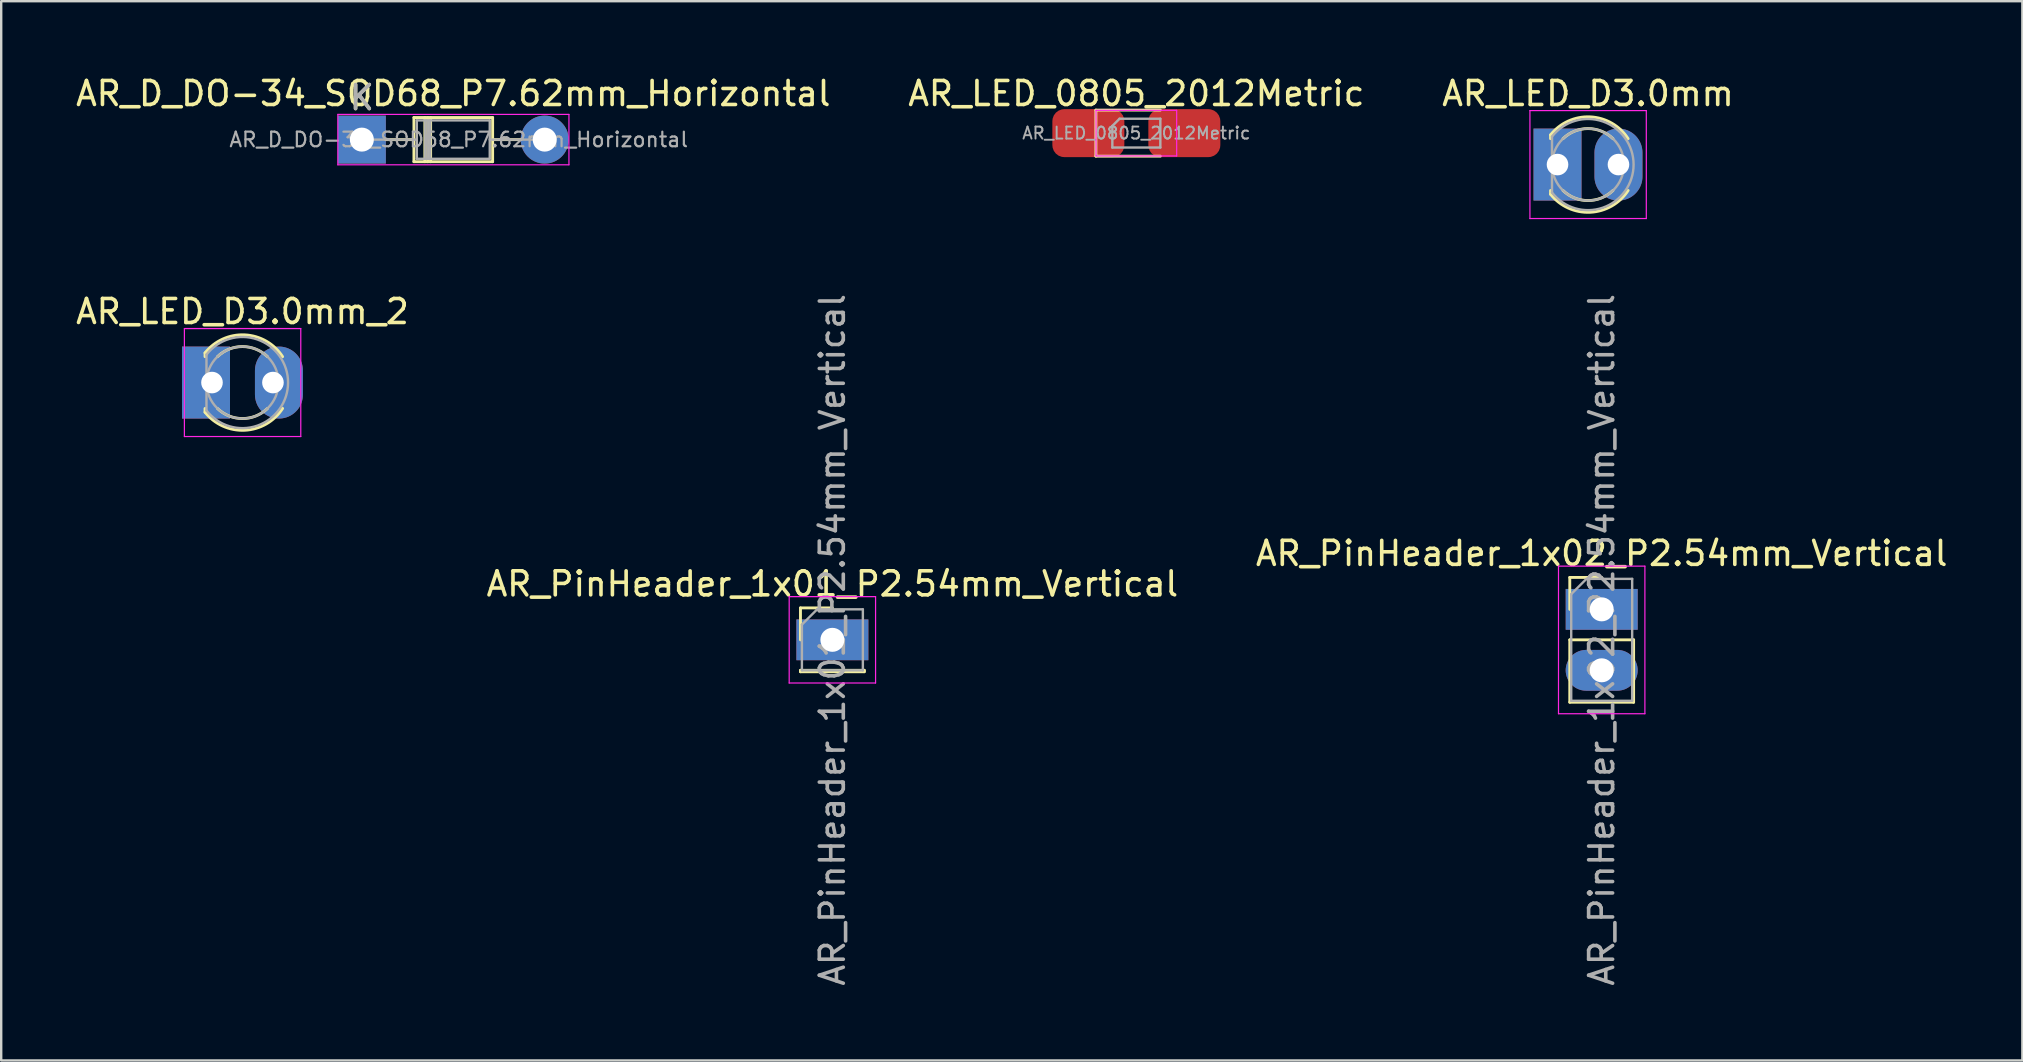
<source format=kicad_pcb>
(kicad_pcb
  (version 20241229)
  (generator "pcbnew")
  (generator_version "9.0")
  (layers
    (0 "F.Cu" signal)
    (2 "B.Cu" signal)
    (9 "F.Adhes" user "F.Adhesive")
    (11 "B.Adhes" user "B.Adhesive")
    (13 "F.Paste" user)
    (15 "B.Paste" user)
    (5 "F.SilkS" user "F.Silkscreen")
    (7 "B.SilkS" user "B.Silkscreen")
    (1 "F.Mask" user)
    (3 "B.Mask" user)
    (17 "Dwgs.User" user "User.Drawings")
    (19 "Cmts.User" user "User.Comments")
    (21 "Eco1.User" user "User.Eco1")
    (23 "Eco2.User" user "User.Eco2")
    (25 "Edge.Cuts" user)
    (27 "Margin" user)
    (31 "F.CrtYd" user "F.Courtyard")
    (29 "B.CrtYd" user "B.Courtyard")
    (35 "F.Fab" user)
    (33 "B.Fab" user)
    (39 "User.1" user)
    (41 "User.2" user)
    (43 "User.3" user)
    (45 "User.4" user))
  (footprint "AR_PinHeader_1x01_P2.54mm_Vertical"
    (layer "F.Cu")
    (at 31.637 23.613)
    (property "Reference" "AR_PinHeader_1x01_P2.54mm_Vertical" (at 0 -2.33 0) (layer "F.SilkS") (effects (font (size 1 1) (thickness 0.15))))
    (attr through_hole)
    (fp_line (start -1.33 -1.33) (end 0 -1.33) (stroke (width 0.12) (type solid)) (layer "F.SilkS"))
    (fp_line (start -1.33 0) (end -1.33 -1.33) (stroke (width 0.12) (type solid)) (layer "F.SilkS"))
    (fp_line (start -1.33 1.27) (end -1.33 1.33) (stroke (width 0.12) (type solid)) (layer "F.SilkS"))
    (fp_line (start -1.33 1.27) (end 1.33 1.27) (stroke (width 0.12) (type solid)) (layer "F.SilkS"))
    (fp_line (start -1.33 1.33) (end 1.33 1.33) (stroke (width 0.12) (type solid)) (layer "F.SilkS"))
    (fp_line (start 1.33 1.27) (end 1.33 1.33) (stroke (width 0.12) (type solid)) (layer "F.SilkS"))
    (fp_line (start -1.8 -1.8) (end -1.8 1.8) (stroke (width 0.05) (type solid)) (layer "F.CrtYd"))
    (fp_line (start -1.8 1.8) (end 1.8 1.8) (stroke (width 0.05) (type solid)) (layer "F.CrtYd"))
    (fp_line (start 1.8 -1.8) (end -1.8 -1.8) (stroke (width 0.05) (type solid)) (layer "F.CrtYd"))
    (fp_line (start 1.8 1.8) (end 1.8 -1.8) (stroke (width 0.05) (type solid)) (layer "F.CrtYd"))
    (fp_line (start -1.27 -0.635) (end -0.635 -1.27) (stroke (width 0.1) (type solid)) (layer "F.Fab"))
    (fp_line (start -1.27 1.27) (end -1.27 -0.635) (stroke (width 0.1) (type solid)) (layer "F.Fab"))
    (fp_line (start -0.635 -1.27) (end 1.27 -1.27) (stroke (width 0.1) (type solid)) (layer "F.Fab"))
    (fp_line (start 1.27 -1.27) (end 1.27 1.27) (stroke (width 0.1) (type solid)) (layer "F.Fab"))
    (fp_line (start 1.27 1.27) (end -1.27 1.27) (stroke (width 0.1) (type solid)) (layer "F.Fab"))
    (fp_text user "${REFERENCE}" (at 0 0 90) (layer "F.Fab") (effects (font (size 1 1) (thickness 0.15))))
    (pad "1" thru_hole rect (at 0 0) (size 3 1.7) (drill 1) (layers "*.Cu" "*.Mask")))
  (footprint "AR_LED_0805_2012Metric"
    (layer "F.Cu")
    (at 44.304 2.498)
    (property "Reference" "AR_LED_0805_2012Metric" (at 0 -1.65 0) (layer "F.SilkS") (effects (font (size 1 1) (thickness 0.15))))
    (attr smd)
    (fp_line (start -1.685 -0.96) (end -1.685 0.96) (stroke (width 0.12) (type solid)) (layer "F.SilkS"))
    (fp_line (start -1.685 0.96) (end 1 0.96) (stroke (width 0.12) (type solid)) (layer "F.SilkS"))
    (fp_line (start 1 -0.96) (end -1.685 -0.96) (stroke (width 0.12) (type solid)) (layer "F.SilkS"))
    (fp_line (start -1.68 -0.95) (end 1.68 -0.95) (stroke (width 0.05) (type solid)) (layer "F.CrtYd"))
    (fp_line (start -1.68 0.95) (end -1.68 -0.95) (stroke (width 0.05) (type solid)) (layer "F.CrtYd"))
    (fp_line (start 1.68 -0.95) (end 1.68 0.95) (stroke (width 0.05) (type solid)) (layer "F.CrtYd"))
    (fp_line (start 1.68 0.95) (end -1.68 0.95) (stroke (width 0.05) (type solid)) (layer "F.CrtYd"))
    (fp_line (start -1 -0.3) (end -1 0.6) (stroke (width 0.1) (type solid)) (layer "F.Fab"))
    (fp_line (start -1 0.6) (end 1 0.6) (stroke (width 0.1) (type solid)) (layer "F.Fab"))
    (fp_line (start -0.7 -0.6) (end -1 -0.3) (stroke (width 0.1) (type solid)) (layer "F.Fab"))
    (fp_line (start 1 -0.6) (end -0.7 -0.6) (stroke (width 0.1) (type solid)) (layer "F.Fab"))
    (fp_line (start 1 0.6) (end 1 -0.6) (stroke (width 0.1) (type solid)) (layer "F.Fab"))
    (fp_text user "${REFERENCE}" (at 0 0 0) (layer "F.Fab") (effects (font (size 0.5 0.5) (thickness 0.08))))
    (pad "1" smd roundrect (at -2 0) (size 3 2) (layers "F.Cu" "F.Mask" "F.Paste") (roundrect_rratio 0.25))
    (pad "2" smd roundrect (at 2 0) (size 3 2) (layers "F.Cu" "F.Mask" "F.Paste") (roundrect_rratio 0.25)))
  (footprint "AR_LED_D3.0mm_2"
    (layer "F.Cu")
    (at 5.784 12.892)
    (property "Reference" "AR_LED_D3.0mm_2" (at 1.27 -2.96 0) (layer "F.SilkS") (effects (font (size 1 1) (thickness 0.15))))
    (attr through_hole)
    (fp_line (start -0.29 -1.236) (end -0.29 -1.08) (stroke (width 0.12) (type solid)) (layer "F.SilkS"))
    (fp_line (start -0.29 1.08) (end -0.29 1.236) (stroke (width 0.12) (type solid)) (layer "F.SilkS"))
    (fp_arc (start -0.29 -1.235516) (mid 1.366487 -1.987659) (end 2.942335 -1.078608) (stroke (width 0.12) (type solid)) (layer "F.SilkS"))
    (fp_arc (start 0.229039 -1.08) (mid 1.270117 -1.5) (end 2.31113 -1.079837) (stroke (width 0.12) (type solid)) (layer "F.SilkS"))
    (fp_arc (start 2.31113 1.079837) (mid 1.270117 1.5) (end 0.229039 1.08) (stroke (width 0.12) (type solid)) (layer "F.SilkS"))
    (fp_arc (start 2.942335 1.078608) (mid 1.366487 1.987659) (end -0.29 1.235516) (stroke (width 0.12) (type solid)) (layer "F.SilkS"))
    (fp_line (start -1.15 -2.25) (end -1.15 2.25) (stroke (width 0.05) (type solid)) (layer "F.CrtYd"))
    (fp_line (start -1.15 2.25) (end 3.7 2.25) (stroke (width 0.05) (type solid)) (layer "F.CrtYd"))
    (fp_line (start 3.7 -2.25) (end -1.15 -2.25) (stroke (width 0.05) (type solid)) (layer "F.CrtYd"))
    (fp_line (start 3.7 2.25) (end 3.7 -2.25) (stroke (width 0.05) (type solid)) (layer "F.CrtYd"))
    (fp_line (start -0.23 -1.166) (end -0.23 1.166) (stroke (width 0.1) (type solid)) (layer "F.Fab"))
    (fp_arc (start -0.23 -1.16619) (mid 3.17 0.000452) (end -0.230555 1.165476) (stroke (width 0.1) (type solid)) (layer "F.Fab"))
    (fp_circle (center 1.27 0) (end 2.77 0) (stroke (width 0.1) (type solid)) (fill no) (layer "F.Fab"))
    (pad "1" thru_hole rect (at 0 0) (size 2 3) (drill 0.9 (offset -0.25 0)) (layers "*.Cu" "*.Mask"))
    (pad "2" thru_hole oval (at 2.54 0) (size 2 3) (drill 0.9 (offset 0.25 0)) (layers "*.Cu" "*.Mask")))
  (footprint "AR_PinHeader_1x02_P2.54mm_Vertical"
    (layer "F.Cu")
    (at 63.696 22.343)
    (property "Reference" "AR_PinHeader_1x02_P2.54mm_Vertical" (at 0 -2.33 0) (layer "F.SilkS") (effects (font (size 1 1) (thickness 0.15))))
    (attr through_hole)
    (fp_line (start -1.33 -1.33) (end 0 -1.33) (stroke (width 0.12) (type solid)) (layer "F.SilkS"))
    (fp_line (start -1.33 0) (end -1.33 -1.33) (stroke (width 0.12) (type solid)) (layer "F.SilkS"))
    (fp_line (start -1.33 1.27) (end -1.33 3.87) (stroke (width 0.12) (type solid)) (layer "F.SilkS"))
    (fp_line (start -1.33 1.27) (end 1.33 1.27) (stroke (width 0.12) (type solid)) (layer "F.SilkS"))
    (fp_line (start -1.33 3.87) (end 1.33 3.87) (stroke (width 0.12) (type solid)) (layer "F.SilkS"))
    (fp_line (start 1.33 1.27) (end 1.33 3.87) (stroke (width 0.12) (type solid)) (layer "F.SilkS"))
    (fp_line (start -1.8 -1.8) (end -1.8 4.35) (stroke (width 0.05) (type solid)) (layer "F.CrtYd"))
    (fp_line (start -1.8 4.35) (end 1.8 4.35) (stroke (width 0.05) (type solid)) (layer "F.CrtYd"))
    (fp_line (start 1.8 -1.8) (end -1.8 -1.8) (stroke (width 0.05) (type solid)) (layer "F.CrtYd"))
    (fp_line (start 1.8 4.35) (end 1.8 -1.8) (stroke (width 0.05) (type solid)) (layer "F.CrtYd"))
    (fp_line (start -1.27 -0.635) (end -0.635 -1.27) (stroke (width 0.1) (type solid)) (layer "F.Fab"))
    (fp_line (start -1.27 3.81) (end -1.27 -0.635) (stroke (width 0.1) (type solid)) (layer "F.Fab"))
    (fp_line (start -0.635 -1.27) (end 1.27 -1.27) (stroke (width 0.1) (type solid)) (layer "F.Fab"))
    (fp_line (start 1.27 -1.27) (end 1.27 3.81) (stroke (width 0.1) (type solid)) (layer "F.Fab"))
    (fp_line (start 1.27 3.81) (end -1.27 3.81) (stroke (width 0.1) (type solid)) (layer "F.Fab"))
    (fp_text user "${REFERENCE}" (at 0 1.27 90) (layer "F.Fab") (effects (font (size 1 1) (thickness 0.15))))
    (pad "1" thru_hole rect (at 0 0) (size 3 1.7) (drill 1) (layers "*.Cu" "*.Mask"))
    (pad "2" thru_hole oval (at 0 2.54) (size 3 1.7) (drill 1) (layers "*.Cu" "*.Mask")))
  (footprint "AR_D_DO-34_SOD68_P7.62mm_Horizontal"
    (layer "F.Cu")
    (at 12.029 2.768)
    (property "Reference" "AR_D_DO-34_SOD68_P7.62mm_Horizontal" (at 3.81 -1.92 0) (layer "F.SilkS") (effects (font (size 1 1) (thickness 0.15))))
    (attr through_hole)
    (fp_line (start 0.99 0) (end 2.17 0) (stroke (width 0.12) (type solid)) (layer "F.SilkS"))
    (fp_line (start 2.17 -0.92) (end 2.17 0.92) (stroke (width 0.12) (type solid)) (layer "F.SilkS"))
    (fp_line (start 2.17 0.92) (end 5.45 0.92) (stroke (width 0.12) (type solid)) (layer "F.SilkS"))
    (fp_line (start 2.626 -0.92) (end 2.626 0.92) (stroke (width 0.12) (type solid)) (layer "F.SilkS"))
    (fp_line (start 2.746 -0.92) (end 2.746 0.92) (stroke (width 0.12) (type solid)) (layer "F.SilkS"))
    (fp_line (start 2.866 -0.92) (end 2.866 0.92) (stroke (width 0.12) (type solid)) (layer "F.SilkS"))
    (fp_line (start 5.45 -0.92) (end 2.17 -0.92) (stroke (width 0.12) (type solid)) (layer "F.SilkS"))
    (fp_line (start 5.45 0.92) (end 5.45 -0.92) (stroke (width 0.12) (type solid)) (layer "F.SilkS"))
    (fp_line (start 6.63 0) (end 5.45 0) (stroke (width 0.12) (type solid)) (layer "F.SilkS"))
    (fp_line (start -1 -1.05) (end -1 1.05) (stroke (width 0.05) (type solid)) (layer "F.CrtYd"))
    (fp_line (start -1 1.05) (end 8.63 1.05) (stroke (width 0.05) (type solid)) (layer "F.CrtYd"))
    (fp_line (start 8.63 -1.05) (end -1 -1.05) (stroke (width 0.05) (type solid)) (layer "F.CrtYd"))
    (fp_line (start 8.63 1.05) (end 8.63 -1.05) (stroke (width 0.05) (type solid)) (layer "F.CrtYd"))
    (fp_line (start 0 0) (end 2.29 0) (stroke (width 0.1) (type solid)) (layer "F.Fab"))
    (fp_line (start 2.29 -0.8) (end 2.29 0.8) (stroke (width 0.1) (type solid)) (layer "F.Fab"))
    (fp_line (start 2.29 0.8) (end 5.33 0.8) (stroke (width 0.1) (type solid)) (layer "F.Fab"))
    (fp_line (start 2.646 -0.8) (end 2.646 0.8) (stroke (width 0.1) (type solid)) (layer "F.Fab"))
    (fp_line (start 2.746 -0.8) (end 2.746 0.8) (stroke (width 0.1) (type solid)) (layer "F.Fab"))
    (fp_line (start 2.846 -0.8) (end 2.846 0.8) (stroke (width 0.1) (type solid)) (layer "F.Fab"))
    (fp_line (start 5.33 -0.8) (end 2.29 -0.8) (stroke (width 0.1) (type solid)) (layer "F.Fab"))
    (fp_line (start 5.33 0.8) (end 5.33 -0.8) (stroke (width 0.1) (type solid)) (layer "F.Fab"))
    (fp_line (start 7.62 0) (end 5.33 0) (stroke (width 0.1) (type solid)) (layer "F.Fab"))
    (fp_text user "K" (at 0 -1.75 0) (layer "F.SilkS") (effects (font (size 1 1) (thickness 0.15))))
    (fp_text user "${REFERENCE}" (at 4.038 0 0) (layer "F.Fab") (effects (font (size 0.608 0.608) (thickness 0.091))))
    (fp_text user "K" (at 0 -1.75 0) (layer "F.Fab") (effects (font (size 1 1) (thickness 0.15))))
    (pad "1" thru_hole rect (at 0 0) (size 2 2) (drill 1) (layers "*.Cu" "*.Mask"))
    (pad "2" thru_hole oval (at 7.62 0) (size 2 2) (drill 1) (layers "*.Cu" "*.Mask")))
  (footprint "AR_LED_D3.0mm"
    (layer "F.Cu")
    (at 61.855 3.808)
    (property "Reference" "AR_LED_D3.0mm" (at 1.27 -2.96 0) (layer "F.SilkS") (effects (font (size 1 1) (thickness 0.15))))
    (attr through_hole)
    (fp_line (start -0.29 -1.236) (end -0.29 -1.08) (stroke (width 0.12) (type solid)) (layer "F.SilkS"))
    (fp_line (start -0.29 1.08) (end -0.29 1.236) (stroke (width 0.12) (type solid)) (layer "F.SilkS"))
    (fp_arc (start -0.29 -1.235516) (mid 1.366487 -1.987659) (end 2.942335 -1.078608) (stroke (width 0.12) (type solid)) (layer "F.SilkS"))
    (fp_arc (start 0.229039 -1.08) (mid 1.270117 -1.5) (end 2.31113 -1.079837) (stroke (width 0.12) (type solid)) (layer "F.SilkS"))
    (fp_arc (start 2.31113 1.079837) (mid 1.270117 1.5) (end 0.229039 1.08) (stroke (width 0.12) (type solid)) (layer "F.SilkS"))
    (fp_arc (start 2.942335 1.078608) (mid 1.366487 1.987659) (end -0.29 1.235516) (stroke (width 0.12) (type solid)) (layer "F.SilkS"))
    (fp_line (start -1.15 -2.25) (end -1.15 2.25) (stroke (width 0.05) (type solid)) (layer "F.CrtYd"))
    (fp_line (start -1.15 2.25) (end 3.7 2.25) (stroke (width 0.05) (type solid)) (layer "F.CrtYd"))
    (fp_line (start 3.7 -2.25) (end -1.15 -2.25) (stroke (width 0.05) (type solid)) (layer "F.CrtYd"))
    (fp_line (start 3.7 2.25) (end 3.7 -2.25) (stroke (width 0.05) (type solid)) (layer "F.CrtYd"))
    (fp_line (start -0.23 -1.166) (end -0.23 1.166) (stroke (width 0.1) (type solid)) (layer "F.Fab"))
    (fp_arc (start -0.23 -1.16619) (mid 3.17 0.000452) (end -0.230555 1.165476) (stroke (width 0.1) (type solid)) (layer "F.Fab"))
    (fp_circle (center 1.27 0) (end 2.77 0) (stroke (width 0.1) (type solid)) (fill no) (layer "F.Fab"))
    (pad "1" thru_hole rect (at 0 0) (size 2 3) (drill 0.9) (layers "*.Cu" "*.Mask"))
    (pad "2" thru_hole oval (at 2.54 0) (size 2 3) (drill 0.9) (layers "*.Cu" "*.Mask")))
  (gr_rect
    (start -3 -3)
    (end 81.226 41.143)
    (stroke (width 0.1) (type default))
    (fill no)
    (layer "Edge.Cuts")))
</source>
